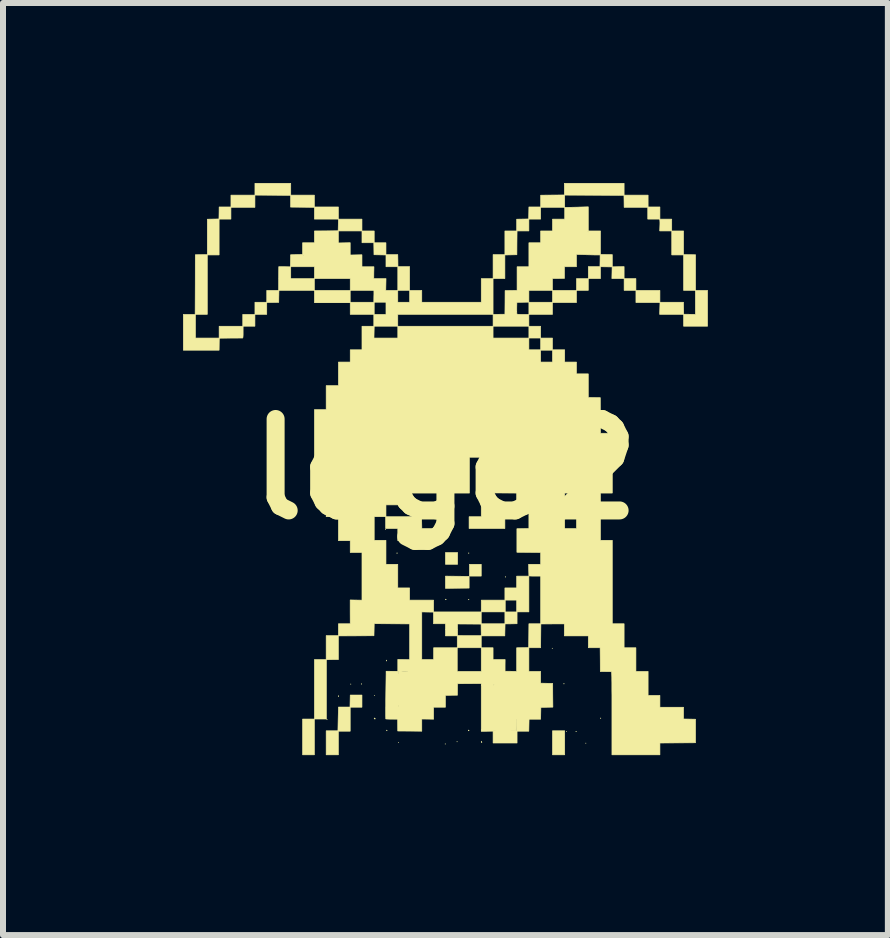
<source format=kicad_pcb>
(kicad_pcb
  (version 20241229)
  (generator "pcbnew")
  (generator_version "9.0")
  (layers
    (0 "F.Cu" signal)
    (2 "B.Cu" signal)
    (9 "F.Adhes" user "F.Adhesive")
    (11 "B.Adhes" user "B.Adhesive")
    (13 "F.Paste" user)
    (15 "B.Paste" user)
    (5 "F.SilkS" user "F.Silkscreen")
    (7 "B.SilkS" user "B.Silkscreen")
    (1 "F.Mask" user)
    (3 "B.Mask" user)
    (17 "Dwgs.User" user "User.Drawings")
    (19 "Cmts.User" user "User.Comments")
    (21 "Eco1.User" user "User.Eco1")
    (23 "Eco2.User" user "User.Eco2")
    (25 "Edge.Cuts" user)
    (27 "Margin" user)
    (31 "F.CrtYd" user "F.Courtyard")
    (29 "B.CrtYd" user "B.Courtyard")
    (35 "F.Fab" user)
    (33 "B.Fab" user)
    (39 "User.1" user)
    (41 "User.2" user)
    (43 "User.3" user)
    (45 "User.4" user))
  (footprint "logo2"
    (layer "F.Cu")
    (at 4.374 4.768)
    (property "Reference" "logo2" (at 0 0 0) (layer "F.SilkS") (effects (font (size 1.524 1.524) (thickness 0.3))))
    (attr through_hole)
    (fp_poly (pts (xy -2.184 4.763) (xy -2.381 4.763) (xy -2.381 4.166) (xy -2.184 4.166) (xy -2.184 4.763)) (stroke (width 0.01) (type solid)) (fill yes) (layer "F.SilkS"))
    (fp_poly (pts (xy -1.575 3.585) (xy -1.578 3.588) (xy -1.581 3.585) (xy -1.578 3.581) (xy -1.575 3.585)) (stroke (width 0.01) (type solid)) (fill yes) (layer "F.SilkS"))
    (fp_poly (pts (xy -1.181 3.775) (xy -1.184 3.778) (xy -1.187 3.775) (xy -1.184 3.772) (xy -1.181 3.775)) (stroke (width 0.01) (type solid)) (fill yes) (layer "F.SilkS"))
    (fp_poly (pts (xy -0.997 1.006) (xy -1 1.01) (xy -1.003 1.006) (xy -1 1.003) (xy -0.997 1.006)) (stroke (width 0.01) (type solid)) (fill yes) (layer "F.SilkS"))
    (fp_poly (pts (xy -0.781 4.556) (xy -0.784 4.559) (xy -0.787 4.556) (xy -0.784 4.553) (xy -0.781 4.556)) (stroke (width 0.01) (type solid)) (fill yes) (layer "F.SilkS"))
    (fp_poly (pts (xy 0 4.582) (xy -0.003 4.585) (xy -0.006 4.582) (xy -0.003 4.578) (xy 0 4.582)) (stroke (width 0.01) (type solid)) (fill yes) (layer "F.SilkS"))
    (fp_poly (pts (xy 0.197 4.543) (xy 0.194 4.547) (xy 0.191 4.543) (xy 0.194 4.54) (xy 0.197 4.543)) (stroke (width 0.01) (type solid)) (fill yes) (layer "F.SilkS"))
    (fp_poly (pts (xy 0.203 1.587) (xy 0 1.587) (xy 0 1.391) (xy 0.203 1.391) (xy 0.203 1.587)) (stroke (width 0.01) (type solid)) (fill yes) (layer "F.SilkS"))
    (fp_poly (pts (xy 0.597 1.784) (xy 0.4 1.784) (xy 0.4 1.587) (xy 0.597 1.587) (xy 0.597 1.784)) (stroke (width 0.01) (type solid)) (fill yes) (layer "F.SilkS"))
    (fp_poly (pts (xy 1.206 0.803) (xy 1.203 0.806) (xy 1.2 0.803) (xy 1.203 0.8) (xy 1.206 0.803)) (stroke (width 0.01) (type solid)) (fill yes) (layer "F.SilkS"))
    (fp_poly (pts (xy 1.784 2.988) (xy 1.781 2.991) (xy 1.778 2.988) (xy 1.781 2.985) (xy 1.784 2.988)) (stroke (width 0.01) (type solid)) (fill yes) (layer "F.SilkS"))
    (fp_poly (pts (xy 1.988 4.763) (xy 1.784 4.763) (xy 1.784 4.362) (xy 1.988 4.362) (xy 1.988 4.763)) (stroke (width 0.01) (type solid)) (fill yes) (layer "F.SilkS"))
    (fp_poly (pts (xy 2.019 4.372) (xy 2.016 4.375) (xy 2.013 4.372) (xy 2.016 4.369) (xy 2.019 4.372)) (stroke (width 0.01) (type solid)) (fill yes) (layer "F.SilkS"))
    (fp_poly (pts (xy 2.343 4.569) (xy 2.34 4.572) (xy 2.337 4.569) (xy 2.34 4.566) (xy 2.343 4.569)) (stroke (width 0.01) (type solid)) (fill yes) (layer "F.SilkS"))
    (fp_poly (pts (xy 0.395 1.788) (xy 0.395 1.984) (xy 0.197 1.986) (xy 0 1.988) (xy 0 1.784) (xy 0.395 1.788)) (stroke (width 0.01) (type solid)) (fill yes) (layer "F.SilkS"))
    (fp_poly (pts (xy -1.971 4.174) (xy -1.971 4.178) (xy -1.975 4.178) (xy -1.98 4.176) (xy -1.979 4.174) (xy -1.972 4.173) (xy -1.971 4.174)) (stroke (width 0.01) (type solid)) (fill yes) (layer "F.SilkS"))
    (fp_poly (pts (xy -1.78 3.777) (xy -1.779 3.79) (xy -1.78 3.793) (xy -1.782 3.793) (xy -1.783 3.785) (xy -1.782 3.776) (xy -1.78 3.777)) (stroke (width 0.01) (type solid)) (fill yes) (layer "F.SilkS"))
    (fp_poly (pts (xy -1.399 3.577) (xy -1.398 3.585) (xy -1.399 3.586) (xy -1.403 3.585) (xy -1.403 3.581) (xy -1.401 3.576) (xy -1.399 3.577)) (stroke (width 0.01) (type solid)) (fill yes) (layer "F.SilkS"))
    (fp_poly (pts (xy -0.98 3.187) (xy -0.979 3.196) (xy -0.98 3.199) (xy -0.983 3.197) (xy -0.984 3.19) (xy -0.982 3.184) (xy -0.98 3.187)) (stroke (width 0.01) (type solid)) (fill yes) (layer "F.SilkS"))
    (fp_poly (pts (xy -0.802 1.399) (xy -0.803 1.403) (xy -0.806 1.403) (xy -0.812 1.401) (xy -0.811 1.399) (xy -0.803 1.398) (xy -0.802 1.399)) (stroke (width 0.01) (type solid)) (fill yes) (layer "F.SilkS"))
    (fp_poly (pts (xy -0.402 0.605) (xy -0.401 0.613) (xy -0.402 0.614) (xy -0.406 0.613) (xy -0.406 0.61) (xy -0.404 0.604) (xy -0.402 0.605)) (stroke (width 0.01) (type solid)) (fill yes) (layer "F.SilkS"))
    (fp_poly (pts (xy 0.392 1.399) (xy 0.391 1.403) (xy 0.387 1.403) (xy 0.382 1.401) (xy 0.383 1.399) (xy 0.391 1.398) (xy 0.392 1.399)) (stroke (width 0.01) (type solid)) (fill yes) (layer "F.SilkS"))
    (fp_poly (pts (xy 0.392 2.174) (xy 0.391 2.178) (xy 0.387 2.178) (xy 0.382 2.176) (xy 0.383 2.174) (xy 0.391 2.173) (xy 0.392 2.174)) (stroke (width 0.01) (type solid)) (fill yes) (layer "F.SilkS"))
    (fp_poly (pts (xy 0.601 4.536) (xy 0.602 4.544) (xy 0.601 4.544) (xy 0.597 4.544) (xy 0.597 4.54) (xy 0.599 4.535) (xy 0.601 4.536)) (stroke (width 0.01) (type solid)) (fill yes) (layer "F.SilkS"))
    (fp_poly (pts (xy 0.607 4.555) (xy 0.607 4.559) (xy 0.603 4.559) (xy 0.598 4.557) (xy 0.599 4.555) (xy 0.607 4.554) (xy 0.607 4.555)) (stroke (width 0.01) (type solid)) (fill yes) (layer "F.SilkS"))
    (fp_poly (pts (xy 1.001 1.793) (xy 1.002 1.8) (xy 1.001 1.801) (xy 0.997 1.8) (xy 0.997 1.797) (xy 0.999 1.792) (xy 1.001 1.793)) (stroke (width 0.01) (type solid)) (fill yes) (layer "F.SilkS"))
    (fp_poly (pts (xy 1.979 3.577) (xy 1.978 3.581) (xy 1.975 3.581) (xy 1.97 3.579) (xy 1.971 3.577) (xy 1.978 3.576) (xy 1.979 3.577)) (stroke (width 0.01) (type solid)) (fill yes) (layer "F.SilkS"))
    (fp_poly (pts (xy 2.182 4.371) (xy 2.181 4.375) (xy 2.178 4.375) (xy 2.173 4.373) (xy 2.174 4.371) (xy 2.181 4.37) (xy 2.182 4.371)) (stroke (width 0.01) (type solid)) (fill yes) (layer "F.SilkS"))
    (fp_poly (pts (xy 2.589 4.149) (xy 2.589 4.156) (xy 2.589 4.157) (xy 2.585 4.156) (xy 2.584 4.153) (xy 2.587 4.148) (xy 2.589 4.149)) (stroke (width 0.01) (type solid)) (fill yes) (layer "F.SilkS"))
    (fp_poly (pts (xy -0.979 4.352) (xy -0.972 4.359) (xy -0.973 4.362) (xy -0.974 4.362) (xy -0.98 4.358) (xy -0.982 4.355) (xy -0.982 4.351) (xy -0.979 4.352)) (stroke (width 0.01) (type solid)) (fill yes) (layer "F.SilkS"))
    (fp_poly (pts (xy 0.006 2.169) (xy 0.012 2.174) (xy 0.013 2.175) (xy 0.008 2.178) (xy 0.006 2.178) (xy 0.000244 2.173) (xy 0 2.171) (xy 0.004 2.168) (xy 0.006 2.169)) (stroke (width 0.01) (type solid)) (fill yes) (layer "F.SilkS"))
    (fp_poly (pts (xy 0.394 4.355) (xy 0.394 4.356) (xy 0.389 4.362) (xy 0.387 4.362) (xy 0.381 4.358) (xy 0.381 4.356) (xy 0.386 4.35) (xy 0.387 4.35) (xy 0.394 4.355)) (stroke (width 0.01) (type solid)) (fill yes) (layer "F.SilkS"))
    (fp_poly (pts (xy -1.179 4.152) (xy -1.178 4.153) (xy -1.17 4.161) (xy -1.168 4.163) (xy -1.174 4.165) (xy -1.178 4.166) (xy -1.186 4.16) (xy -1.187 4.155) (xy -1.186 4.149) (xy -1.179 4.152)) (stroke (width 0.01) (type solid)) (fill yes) (layer "F.SilkS"))
    (fp_poly (pts (xy -1.391 3.969) (xy -1.587 3.969) (xy -1.587 4.369) (xy -1.784 4.369) (xy -1.784 4.763) (xy -1.988 4.763) (xy -1.988 4.362) (xy -1.792 4.362) (xy -1.788 4.164) (xy -1.783 3.966) (xy -1.591 3.966) (xy -1.589 3.866) (xy -1.587 3.766) (xy -1.391 3.766) (xy -1.391 3.969)) (stroke (width 0.01) (type solid)) (fill yes) (layer "F.SilkS"))
    (fp_poly (pts (xy -2.578 -4.566) (xy -2.184 -4.566) (xy -2.184 -4.369) (xy -1.784 -4.369) (xy -1.784 -4.166) (xy -2.184 -4.166) (xy -2.184 -4.264) (xy -2.184 -4.362) (xy -2.383 -4.364) (xy -2.581 -4.366) (xy -2.581 -4.562) (xy -2.878 -4.564) (xy -3.175 -4.566) (xy -3.175 -4.763) (xy -2.578 -4.763) (xy -2.578 -4.566)) (stroke (width 0.01) (type solid)) (fill yes) (layer "F.SilkS"))
    (fp_poly (pts (xy -1.187 -3.772) (xy -0.991 -3.772) (xy -0.991 -3.575) (xy -0.794 -3.575) (xy -0.792 -3.475) (xy -0.791 -3.375) (xy -0.597 -3.375) (xy -0.597 -3.177) (xy -0.597 -2.978) (xy -0.794 -2.978) (xy -0.794 -3.372) (xy -0.991 -3.372) (xy -0.991 -3.568) (xy -1.091 -3.57) (xy -1.191 -3.572) (xy -1.194 -3.772) (xy -1.292 -3.772) (xy -1.391 -3.772) (xy -1.391 -3.969) (xy -1.187 -3.969) (xy -1.187 -3.772)) (stroke (width 0.01) (type solid)) (fill yes) (layer "F.SilkS"))
    (fp_poly (pts (xy -3.175 -4.362) (xy -3.575 -4.362) (xy -3.575 -4.166) (xy -3.772 -4.166) (xy -3.772 -3.569) (xy -3.969 -3.569) (xy -3.969 -2.578) (xy -4.166 -2.578) (xy -4.166 -2.184) (xy -3.772 -2.184) (xy -3.772 -2.381) (xy -3.378 -2.381) (xy -3.378 -2.578) (xy -3.175 -2.578) (xy -3.175 -2.381) (xy -3.372 -2.381) (xy -3.372 -2.283) (xy -3.372 -2.243) (xy -3.373 -2.215) (xy -3.375 -2.196) (xy -3.377 -2.187) (xy -3.38 -2.184) (xy -3.388 -2.184) (xy -3.407 -2.184) (xy -3.436 -2.184) (xy -3.472 -2.183) (xy -3.515 -2.183) (xy -3.562 -2.183) (xy -3.578 -2.183) (xy -3.769 -2.181) (xy -3.772 -1.981) (xy -4.071 -1.981) (xy -4.369 -1.981) (xy -4.369 -2.578) (xy -4.172 -2.578) (xy -4.17 -3.075) (xy -4.169 -3.572) (xy -4.069 -3.574) (xy -3.969 -3.575) (xy -3.969 -4.165) (xy -3.872 -4.167) (xy -3.775 -4.169) (xy -3.773 -4.269) (xy -3.772 -4.369) (xy -3.575 -4.369) (xy -3.575 -4.566) (xy -3.175 -4.566) (xy -3.175 -4.362)) (stroke (width 0.01) (type solid)) (fill yes) (layer "F.SilkS"))
    (fp_poly (pts (xy 1.784 -2.184) (xy 1.784 -1.988) (xy 1.988 -1.988) (xy 1.988 -1.784) (xy 2.184 -1.784) (xy 2.184 -1.587) (xy 2.381 -1.587) (xy 2.381 -1.194) (xy 2.481 -1.192) (xy 2.581 -1.191) (xy 2.583 -0.894) (xy 2.585 -0.597) (xy 2.781 -0.597) (xy 2.781 0.4) (xy 2.584 0.4) (xy 2.584 1.187) (xy 2.781 1.187) (xy 2.781 2.578) (xy 2.978 2.578) (xy 2.978 2.978) (xy 3.175 2.978) (xy 3.175 3.372) (xy 3.378 3.372) (xy 3.378 3.772) (xy 3.575 3.772) (xy 3.575 3.969) (xy 3.969 3.969) (xy 3.969 4.165) (xy 4.069 4.167) (xy 4.169 4.169) (xy 4.169 4.562) (xy 3.872 4.564) (xy 3.575 4.566) (xy 3.575 4.763) (xy 2.775 4.763) (xy 2.775 4.07) (xy 2.775 3.958) (xy 2.775 3.857) (xy 2.775 3.768) (xy 2.774 3.69) (xy 2.774 3.622) (xy 2.774 3.564) (xy 2.773 3.515) (xy 2.773 3.475) (xy 2.772 3.442) (xy 2.771 3.417) (xy 2.77 3.399) (xy 2.769 3.386) (xy 2.768 3.38) (xy 2.767 3.378) (xy 2.758 3.378) (xy 2.739 3.377) (xy 2.712 3.377) (xy 2.68 3.377) (xy 2.67 3.376) (xy 2.581 3.375) (xy 2.58 3.177) (xy 2.578 2.978) (xy 2.381 2.978) (xy 2.381 2.781) (xy 1.981 2.781) (xy 1.981 2.681) (xy 1.981 2.581) (xy 1.786 2.581) (xy 1.591 2.582) (xy 1.587 2.978) (xy 1.391 2.978) (xy 1.391 3.372) (xy 1.587 3.372) (xy 1.587 3.568) (xy 1.688 3.57) (xy 1.788 3.572) (xy 1.789 3.77) (xy 1.791 3.968) (xy 1.691 3.97) (xy 1.591 3.972) (xy 1.587 4.169) (xy 1.394 4.169) (xy 1.392 4.269) (xy 1.39 4.369) (xy 1.194 4.369) (xy 1.194 4.566) (xy 0.794 4.566) (xy 0.794 4.368) (xy 0.695 4.37) (xy 0.597 4.372) (xy 0.597 4.358) (xy 0.798 4.358) (xy 0.805 4.359) (xy 0.823 4.36) (xy 0.85 4.361) (xy 0.886 4.361) (xy 0.928 4.361) (xy 0.974 4.361) (xy 0.993 4.361) (xy 1.184 4.359) (xy 1.186 4.268) (xy 1.186 4.235) (xy 1.186 4.206) (xy 1.185 4.185) (xy 1.184 4.173) (xy 1.183 4.171) (xy 1.181 4.175) (xy 1.18 4.19) (xy 1.179 4.214) (xy 1.178 4.243) (xy 1.178 4.26) (xy 1.178 4.353) (xy 0.986 4.353) (xy 0.939 4.353) (xy 0.896 4.354) (xy 0.859 4.354) (xy 0.829 4.355) (xy 0.808 4.356) (xy 0.799 4.357) (xy 0.798 4.358) (xy 0.597 4.358) (xy 0.597 4.34) (xy 1.168 4.34) (xy 1.172 4.343) (xy 1.175 4.34) (xy 1.172 4.337) (xy 1.168 4.34) (xy 0.597 4.34) (xy 0.597 3.973) (xy 0.597 3.61) (xy 0.8 3.61) (xy 0.803 3.613) (xy 0.806 3.61) (xy 0.803 3.607) (xy 0.8 3.61) (xy 0.597 3.61) (xy 0.597 3.584) (xy 0.802 3.584) (xy 0.803 3.587) (xy 0.806 3.588) (xy 0.812 3.585) (xy 0.811 3.584) (xy 0.803 3.583) (xy 0.802 3.584) (xy 0.597 3.584) (xy 0.597 3.575) (xy 0.202 3.578) (xy 0.201 3.673) (xy 0.2 3.769) (xy 0.1 3.77) (xy 0 3.772) (xy 0 3.969) (xy -0.197 3.969) (xy -0.197 4.069) (xy -0.197 4.169) (xy -0.295 4.167) (xy -0.394 4.166) (xy -0.394 4.369) (xy -0.594 4.367) (xy -0.795 4.366) (xy -0.797 4.169) (xy -0.894 4.168) (xy -0.927 4.168) (xy -0.957 4.167) (xy -0.979 4.166) (xy -0.992 4.165) (xy -0.994 4.164) (xy -0.995 4.157) (xy -0.995 4.139) (xy -0.996 4.11) (xy -0.996 4.071) (xy -0.996 4.024) (xy -0.996 3.97) (xy -0.995 3.956) (xy -0.787 3.956) (xy -0.785 3.961) (xy -0.783 3.96) (xy -0.782 3.953) (xy -0.783 3.952) (xy -0.787 3.953) (xy -0.787 3.956) (xy -0.995 3.956) (xy -0.995 3.937) (xy -0.787 3.937) (xy -0.785 3.942) (xy -0.783 3.941) (xy -0.782 3.934) (xy -0.783 3.933) (xy -0.787 3.934) (xy -0.787 3.937) (xy -0.995 3.937) (xy -0.995 3.91) (xy -0.995 3.845) (xy -0.994 3.776) (xy -0.994 3.764) (xy -0.989 3.404) (xy -0.787 3.404) (xy -0.785 3.409) (xy -0.783 3.408) (xy -0.782 3.4) (xy -0.783 3.399) (xy -0.787 3.4) (xy -0.787 3.404) (xy -0.989 3.404) (xy -0.989 3.385) (xy -0.794 3.385) (xy -0.789 3.391) (xy -0.788 3.391) (xy -0.779 3.386) (xy -0.778 3.385) (xy -0.779 3.381) (xy -0.736 3.381) (xy -0.734 3.381) (xy -0.721 3.382) (xy -0.699 3.382) (xy -0.679 3.382) (xy -0.651 3.382) (xy -0.632 3.382) (xy -0.623 3.381) (xy -0.625 3.38) (xy -0.633 3.38) (xy -0.666 3.379) (xy -0.702 3.379) (xy -0.725 3.38) (xy -0.736 3.381) (xy -0.779 3.381) (xy -0.779 3.379) (xy -0.784 3.378) (xy -0.793 3.382) (xy -0.794 3.385) (xy -0.989 3.385) (xy -0.989 3.369) (xy -0.794 3.372) (xy -0.794 3.272) (xy -0.794 3.172) (xy -0.695 3.174) (xy -0.597 3.176) (xy -0.597 3.175) (xy -0.394 3.175) (xy -0.197 3.175) (xy -0.197 2.978) (xy 0.197 2.978) (xy 0.197 3.372) (xy 0.597 3.372) (xy 0.597 2.978) (xy 0.197 2.978) (xy 0.197 2.781) (xy 0 2.781) (xy 0 2.582) (xy 0.202 2.582) (xy 0.202 2.677) (xy 0.203 2.71) (xy 0.203 2.739) (xy 0.203 2.76) (xy 0.203 2.772) (xy 0.203 2.773) (xy 0.209 2.774) (xy 0.226 2.774) (xy 0.253 2.774) (xy 0.289 2.775) (xy 0.33 2.775) (xy 0.377 2.775) (xy 0.4 2.775) (xy 0.597 2.775) (xy 0.595 2.68) (xy 0.594 2.584) (xy 0.398 2.583) (xy 0.202 2.582) (xy 0 2.582) (xy 0 2.578) (xy -0.1 2.578) (xy -0.2 2.578) (xy -0.2 2.384) (xy -0.297 2.383) (xy -0.394 2.381) (xy -0.394 3.175) (xy -0.597 3.175) (xy -0.597 2.878) (xy -0.597 2.581) (xy -0.892 2.579) (xy -1.187 2.577) (xy -1.189 2.678) (xy -1.191 2.778) (xy -1.487 2.78) (xy -1.784 2.781) (xy -1.784 3.175) (xy -1.884 3.176) (xy -1.984 3.178) (xy -1.984 4.166) (xy -2.184 4.166) (xy -2.184 3.175) (xy -1.988 3.175) (xy -1.988 2.775) (xy -1.784 2.775) (xy -1.784 2.578) (xy -1.587 2.578) (xy -1.588 2.38) (xy -1.588 2.181) (xy -1.391 2.185) (xy -1.391 1.391) (xy -1.587 1.391) (xy -1.587 1.194) (xy -1.784 1.194) (xy -1.784 0.794) (xy -1.187 0.794) (xy -1.187 1.187) (xy -0.991 1.187) (xy -0.991 1.587) (xy -0.794 1.587) (xy -0.794 1.981) (xy -0.597 1.981) (xy -0.597 2.184) (xy -0.197 2.184) (xy -0.197 2.381) (xy 0.597 2.381) (xy 0.597 2.578) (xy 0.991 2.578) (xy 0.991 2.381) (xy 0.597 2.381) (xy 0.597 2.184) (xy 0.991 2.184) (xy 0.997 2.184) (xy 0.997 2.381) (xy 1.187 2.381) (xy 1.187 2.184) (xy 0.997 2.184) (xy 0.991 2.184) (xy 0.991 1.981) (xy 1.187 1.981) (xy 1.187 1.784) (xy 1.391 1.784) (xy 1.391 2.381) (xy 1.194 2.381) (xy 1.194 2.578) (xy 1.094 2.58) (xy 0.994 2.581) (xy 0.992 2.681) (xy 0.99 2.781) (xy 0.597 2.781) (xy 0.597 2.978) (xy 0.794 2.978) (xy 0.794 3.175) (xy 0.995 3.175) (xy 0.994 3.272) (xy 0.994 3.369) (xy 1.091 3.37) (xy 1.187 3.372) (xy 1.187 2.978) (xy 1.287 2.977) (xy 1.387 2.975) (xy 1.389 2.777) (xy 1.391 2.578) (xy 1.587 2.578) (xy 1.587 1.784) (xy 1.489 1.784) (xy 1.449 1.784) (xy 1.421 1.783) (xy 1.403 1.782) (xy 1.393 1.779) (xy 1.391 1.776) (xy 1.39 1.767) (xy 1.39 1.748) (xy 1.389 1.722) (xy 1.388 1.69) (xy 1.388 1.678) (xy 1.386 1.587) (xy 1.587 1.587) (xy 1.587 1.391) (xy 1.389 1.389) (xy 1.191 1.387) (xy 1.191 0.994) (xy 1.291 0.992) (xy 1.391 0.99) (xy 1.391 0.597) (xy 1.194 0.597) (xy 1.194 0.794) (xy 0.991 0.794) (xy 0.991 0.991) (xy 0.394 0.991) (xy 0.394 0.794) (xy 0.597 0.794) (xy 0.597 0.694) (xy 0.597 0.594) (xy 1.187 0.597) (xy 1.187 0.4) (xy 1.165 0.4) (xy 1.988 0.4) (xy 1.988 0.991) (xy 2.184 0.991) (xy 2.184 0.4) (xy 1.988 0.4) (xy 1.165 0.4) (xy 0.596 0.397) (xy 0.597 0.1) (xy 0.597 -0.197) (xy 0.499 -0.197) (xy 0.4 -0.197) (xy 0.4 0.4) (xy -0.598 0.4) (xy -0.596 0.498) (xy -0.594 0.597) (xy -0.792 0.597) (xy -0.991 0.597) (xy -0.991 0.794) (xy -0.694 0.794) (xy -0.397 0.793) (xy -0.395 0.892) (xy -0.393 0.991) (xy -0.197 0.991) (xy -0.197 1.194) (xy -0.794 1.194) (xy -0.794 0.991) (xy -0.997 0.991) (xy -0.997 0.794) (xy -1.187 0.794) (xy -1.784 0.794) (xy -1.988 0.794) (xy -1.988 0.4) (xy -2.184 0.4) (xy -2.184 -0.197) (xy -0.794 -0.197) (xy -0.794 0.394) (xy -0.597 0.394) (xy -0.597 -0.197) (xy -0.794 -0.197) (xy -2.184 -0.197) (xy -2.184 -0.991) (xy -1.988 -0.991) (xy -1.988 -1.391) (xy -1.784 -1.391) (xy -1.784 -1.784) (xy -1.587 -1.784) (xy -1.587 -1.981) (xy 1.587 -1.981) (xy 1.587 -1.784) (xy 1.784 -1.784) (xy 1.784 -1.981) (xy 1.587 -1.981) (xy -1.587 -1.981) (xy -1.587 -1.988) (xy -1.391 -1.988) (xy -1.391 -2.184) (xy -1.191 -2.184) (xy -0.992 -2.184) (xy -0.794 -2.184) (xy -0.794 -2.381) (xy -1.187 -2.381) (xy -1.191 -2.184) (xy -1.391 -2.184) (xy -1.391 -2.381) (xy -1.194 -2.381) (xy -1.194 -2.578) (xy -1.587 -2.578) (xy -1.587 -2.775) (xy -2.184 -2.775) (xy -2.184 -2.978) (xy -2.775 -2.978) (xy -2.775 -2.964) (xy -2.775 -2.952) (xy -2.776 -2.931) (xy -2.776 -2.903) (xy -2.777 -2.87) (xy -2.777 -2.864) (xy -2.778 -2.778) (xy -2.878 -2.776) (xy -2.978 -2.775) (xy -2.978 -2.578) (xy -3.175 -2.578) (xy -3.175 -2.781) (xy -2.978 -2.781) (xy -2.978 -2.978) (xy -2.781 -2.978) (xy -2.78 -3.176) (xy -2.778 -3.374) (xy -2.681 -3.373) (xy -2.585 -3.371) (xy -2.585 -3.372) (xy -2.578 -3.372) (xy -2.578 -3.175) (xy -2.184 -3.175) (xy -2.184 -2.978) (xy -1.587 -2.978) (xy -1.587 -2.781) (xy -1.194 -2.781) (xy -1.187 -2.781) (xy -1.187 -2.578) (xy -0.991 -2.578) (xy -0.794 -2.578) (xy -0.794 -2.381) (xy 0.794 -2.381) (xy 0.794 -2.184) (xy 1.391 -2.184) (xy 1.391 -1.988) (xy 1.587 -1.988) (xy 1.587 -2.184) (xy 1.391 -2.184) (xy 1.391 -2.381) (xy 0.794 -2.381) (xy 0.794 -2.578) (xy 0.893 -2.58) (xy 0.991 -2.581) (xy 0.992 -2.653) (xy 1.189 -2.653) (xy 1.189 -2.624) (xy 1.19 -2.601) (xy 1.19 -2.588) (xy 1.191 -2.586) (xy 1.195 -2.583) (xy 1.208 -2.58) (xy 1.229 -2.579) (xy 1.261 -2.578) (xy 1.292 -2.578) (xy 1.391 -2.578) (xy 1.391 -2.781) (xy 1.784 -2.781) (xy 1.784 -2.978) (xy 1.391 -2.978) (xy 1.391 -2.782) (xy 1.291 -2.78) (xy 1.191 -2.778) (xy 1.189 -2.686) (xy 1.189 -2.653) (xy 0.992 -2.653) (xy 0.993 -2.778) (xy 0.994 -2.975) (xy 1.094 -2.977) (xy 1.194 -2.978) (xy 1.194 -3.175) (xy 1.784 -3.175) (xy 1.784 -2.978) (xy 2.184 -2.978) (xy 2.184 -3.175) (xy 2.381 -3.175) (xy 2.381 -3.275) (xy 2.381 -3.375) (xy 2.575 -3.375) (xy 2.577 -3.472) (xy 2.578 -3.569) (xy 2.529 -3.569) (xy 2.508 -3.569) (xy 2.477 -3.569) (xy 2.438 -3.57) (xy 2.395 -3.571) (xy 2.35 -3.572) (xy 2.332 -3.573) (xy 2.184 -3.577) (xy 2.184 -3.372) (xy 2.084 -3.372) (xy 1.984 -3.372) (xy 1.984 -3.178) (xy 1.884 -3.176) (xy 1.784 -3.175) (xy 1.194 -3.175) (xy 1.194 -3.372) (xy 1.391 -3.372) (xy 1.391 -3.772) (xy 1.587 -3.772) (xy 1.587 -3.959) (xy 2.371 -3.959) (xy 2.372 -3.956) (xy 2.377 -3.95) (xy 2.378 -3.95) (xy 2.381 -3.955) (xy 2.381 -3.956) (xy 2.376 -3.962) (xy 2.375 -3.962) (xy 2.371 -3.959) (xy 1.587 -3.959) (xy 1.587 -3.969) (xy 1.784 -3.969) (xy 1.784 -4.166) (xy 1.988 -4.166) (xy 1.988 -4.362) (xy 2.037 -4.362) (xy 2.058 -4.363) (xy 2.089 -4.363) (xy 2.127 -4.364) (xy 2.17 -4.365) (xy 2.216 -4.366) (xy 2.234 -4.367) (xy 2.381 -4.371) (xy 2.381 -3.969) (xy 2.585 -3.969) (xy 2.584 -3.773) (xy 2.584 -3.578) (xy 2.683 -3.576) (xy 2.781 -3.575) (xy 2.781 -3.371) (xy 2.88 -3.373) (xy 2.978 -3.375) (xy 2.978 -3.275) (xy 2.978 -3.175) (xy 3.175 -3.175) (xy 3.175 -2.978) (xy 3.575 -2.978) (xy 3.575 -2.781) (xy 3.968 -2.781) (xy 3.97 -2.681) (xy 3.972 -2.581) (xy 4.069 -2.58) (xy 4.166 -2.578) (xy 4.166 -2.978) (xy 3.969 -2.978) (xy 3.969 -3.569) (xy 3.772 -3.569) (xy 3.772 -3.969) (xy 3.571 -3.969) (xy 3.574 -4.051) (xy 3.575 -4.084) (xy 3.575 -4.113) (xy 3.574 -4.135) (xy 3.573 -4.149) (xy 3.572 -4.15) (xy 3.568 -4.166) (xy 3.47 -4.166) (xy 3.372 -4.166) (xy 3.372 -4.362) (xy 2.978 -4.362) (xy 2.977 -4.462) (xy 2.975 -4.562) (xy 2.481 -4.564) (xy 1.988 -4.566) (xy 1.988 -4.362) (xy 1.587 -4.362) (xy 1.587 -4.166) (xy 1.391 -4.166) (xy 1.391 -3.969) (xy 1.194 -3.969) (xy 1.192 -3.77) (xy 1.191 -3.572) (xy 1.091 -3.57) (xy 0.991 -3.568) (xy 0.991 -3.175) (xy 0.794 -3.175) (xy 0.794 -2.578) (xy -0.794 -2.578) (xy -0.991 -2.578) (xy -0.991 -2.781) (xy -1.187 -2.781) (xy -1.194 -2.781) (xy -1.193 -2.877) (xy -1.192 -2.911) (xy -1.192 -2.939) (xy -1.192 -2.961) (xy -1.193 -2.974) (xy -1.193 -2.976) (xy -1.2 -2.976) (xy -1.218 -2.977) (xy -1.245 -2.977) (xy -1.281 -2.978) (xy -1.323 -2.978) (xy -1.37 -2.978) (xy -1.392 -2.978) (xy -1.587 -2.978) (xy -1.587 -3.175) (xy -2.184 -3.175) (xy -2.184 -3.372) (xy -2.578 -3.372) (xy -2.585 -3.372) (xy -2.583 -3.471) (xy -2.581 -3.566) (xy -2.375 -3.566) (xy -2.372 -3.562) (xy -2.369 -3.566) (xy -2.372 -3.569) (xy -2.375 -3.566) (xy -2.581 -3.566) (xy -2.581 -3.572) (xy -2.481 -3.574) (xy -2.381 -3.575) (xy -2.381 -3.772) (xy -2.184 -3.772) (xy -2.184 -3.87) (xy -2.184 -3.969) (xy -1.986 -3.97) (xy -1.788 -3.972) (xy -1.786 -4.069) (xy -1.784 -4.166) (xy -1.391 -4.166) (xy -1.391 -3.969) (xy -1.784 -3.969) (xy -1.784 -3.869) (xy -1.784 -3.769) (xy -1.686 -3.771) (xy -1.587 -3.773) (xy -1.587 -3.568) (xy -1.489 -3.57) (xy -1.391 -3.572) (xy -1.391 -3.472) (xy -1.391 -3.372) (xy -1.291 -3.372) (xy -1.191 -3.372) (xy -1.193 -3.273) (xy -1.194 -3.175) (xy -0.99 -3.175) (xy -0.994 -2.978) (xy -0.894 -2.978) (xy -0.794 -2.978) (xy -0.794 -2.781) (xy -0.597 -2.781) (xy -0.597 -2.978) (xy -0.394 -2.978) (xy -0.394 -2.781) (xy 0.597 -2.781) (xy 0.597 -3.175) (xy 0.794 -3.175) (xy 0.794 -3.575) (xy 0.991 -3.575) (xy 0.991 -3.969) (xy 1.187 -3.969) (xy 1.187 -4.067) (xy 1.187 -4.165) (xy 1.287 -4.167) (xy 1.387 -4.169) (xy 1.389 -4.269) (xy 1.391 -4.369) (xy 1.587 -4.369) (xy 1.587 -4.467) (xy 1.587 -4.565) (xy 1.785 -4.567) (xy 1.982 -4.569) (xy 1.982 -4.666) (xy 1.981 -4.763) (xy 2.978 -4.763) (xy 2.978 -4.566) (xy 3.378 -4.566) (xy 3.378 -4.369) (xy 3.575 -4.369) (xy 3.575 -4.166) (xy 3.772 -4.166) (xy 3.772 -3.969) (xy 3.969 -3.969) (xy 3.969 -3.772) (xy 3.969 -3.575) (xy 4.169 -3.572) (xy 4.169 -2.978) (xy 4.269 -2.978) (xy 4.369 -2.978) (xy 4.369 -2.381) (xy 3.969 -2.381) (xy 3.969 -2.578) (xy 3.57 -2.578) (xy 3.573 -2.677) (xy 3.576 -2.775) (xy 3.175 -2.775) (xy 3.175 -2.978) (xy 2.978 -2.978) (xy 2.978 -3.175) (xy 2.774 -3.175) (xy 2.776 -3.272) (xy 2.778 -3.369) (xy 2.584 -3.372) (xy 2.584 -3.175) (xy 2.381 -3.175) (xy 2.381 -2.978) (xy 2.184 -2.978) (xy 2.184 -2.775) (xy 1.784 -2.775) (xy 1.784 -2.578) (xy 1.391 -2.578) (xy 1.391 -2.381) (xy 1.587 -2.381) (xy 1.587 -2.184) (xy 1.784 -2.184)) (stroke (width 0.01) (type solid)) (fill yes) (layer "F.SilkS")))
  (gr_rect
    (start -3 -3)
    (end 11.748 12.535)
    (stroke (width 0.1) (type default))
    (fill no)
    (layer "Edge.Cuts")))
</source>
